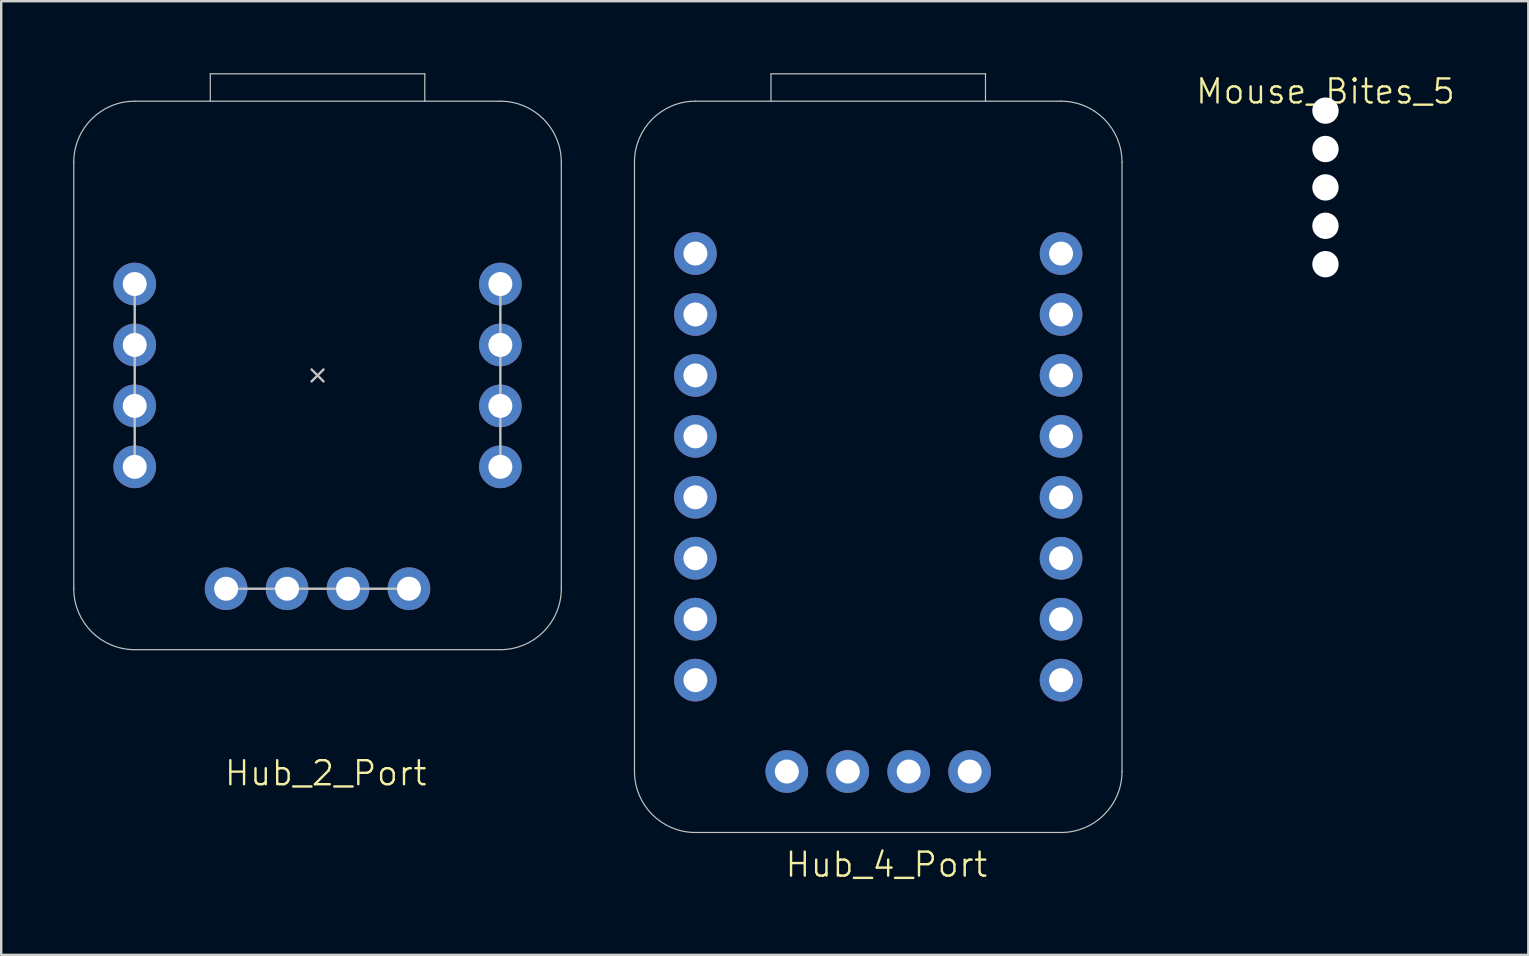
<source format=kicad_pcb>
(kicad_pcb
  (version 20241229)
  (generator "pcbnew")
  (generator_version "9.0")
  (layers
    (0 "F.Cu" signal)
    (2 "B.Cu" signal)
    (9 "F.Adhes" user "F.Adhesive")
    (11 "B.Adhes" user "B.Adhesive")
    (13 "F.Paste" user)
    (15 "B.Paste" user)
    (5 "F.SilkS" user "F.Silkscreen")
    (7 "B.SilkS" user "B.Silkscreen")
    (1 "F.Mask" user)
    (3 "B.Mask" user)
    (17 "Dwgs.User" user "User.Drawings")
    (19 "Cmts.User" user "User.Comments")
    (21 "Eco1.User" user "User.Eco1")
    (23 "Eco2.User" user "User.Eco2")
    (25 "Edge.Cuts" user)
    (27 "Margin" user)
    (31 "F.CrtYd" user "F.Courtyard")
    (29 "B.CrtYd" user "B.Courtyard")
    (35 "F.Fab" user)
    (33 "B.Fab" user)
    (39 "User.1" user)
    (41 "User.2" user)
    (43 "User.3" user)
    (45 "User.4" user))
  (footprint "Hub_2_Port"
    (layer "F.Cu")
    (at 10.185 12.594)
    (property "Reference" "Hub_2_Port" (at 0.342 16.584 0) (unlocked yes) (layer "F.SilkS") (effects (font (size 1 1) (thickness 0.1))))
    (attr through_hole)
    (fp_line (start -10.16 8.894) (end -10.16 -8.886) (stroke (width 0.05) (type solid)) (layer "Dwgs.User"))
    (fp_line (start -7.62 -11.426) (end 7.62 -11.426) (stroke (width 0.05) (type solid)) (layer "Dwgs.User"))
    (fp_line (start -7.62 -3.806) (end -7.62 3.814) (stroke (width 0.1) (type default)) (layer "Dwgs.User"))
    (fp_line (start -4.47 -12.569) (end -4.47 -11.426) (stroke (width 0.05) (type default)) (layer "Dwgs.User"))
    (fp_line (start -4.47 -12.569) (end 4.47 -12.569) (stroke (width 0.05) (type default)) (layer "Dwgs.User"))
    (fp_line (start -3.81 8.894) (end 3.81 8.894) (stroke (width 0.1) (type default)) (layer "Dwgs.User"))
    (fp_line (start -0.25 -0.246) (end 0.25 0.254) (stroke (width 0.1) (type default)) (layer "Dwgs.User"))
    (fp_line (start 0.25 -0.246) (end -0.25 0.254) (stroke (width 0.1) (type default)) (layer "Dwgs.User"))
    (fp_line (start 4.47 -12.569) (end 4.47 -11.426) (stroke (width 0.05) (type default)) (layer "Dwgs.User"))
    (fp_line (start 7.62 -3.556) (end 7.62 4.064) (stroke (width 0.1) (type default)) (layer "Dwgs.User"))
    (fp_line (start 7.62 11.434) (end -7.62 11.434) (stroke (width 0.05) (type solid)) (layer "Dwgs.User"))
    (fp_line (start 10.16 -8.886) (end 10.16 8.894) (stroke (width 0.05) (type solid)) (layer "Dwgs.User"))
    (fp_arc (start -10.16 -8.886051) (mid -9.416051 -10.682102) (end -7.62 -11.426051) (stroke (width 0.05) (type solid)) (layer "Dwgs.User"))
    (fp_arc (start -7.62 11.433949) (mid -9.416051 10.69) (end -10.16 8.893949) (stroke (width 0.05) (type solid)) (layer "Dwgs.User"))
    (fp_arc (start 7.62 -11.426051) (mid 9.416051 -10.682102) (end 10.16 -8.886051) (stroke (width 0.05) (type solid)) (layer "Dwgs.User"))
    (fp_arc (start 10.16 8.893949) (mid 9.416051 10.69) (end 7.62 11.433949) (stroke (width 0.05) (type solid)) (layer "Dwgs.User"))
    (pad "1" thru_hole circle (at -7.62 -3.806) (size 1.778 1.778) (drill 1) (layers "*.Cu" "*.Mask"))
    (pad "2" thru_hole circle (at -7.62 -1.266) (size 1.778 1.778) (drill 1) (layers "*.Cu" "*.Mask"))
    (pad "3" thru_hole circle (at -7.62 1.274) (size 1.778 1.778) (drill 1) (layers "*.Cu" "*.Mask"))
    (pad "4" thru_hole circle (at -7.62 3.814) (size 1.778 1.778) (drill 1) (layers "*.Cu" "*.Mask"))
    (pad "9" thru_hole circle (at 7.62 -3.806) (size 1.778 1.778) (drill 1) (layers "*.Cu" "*.Mask"))
    (pad "10" thru_hole circle (at 7.62 -1.266) (size 1.778 1.778) (drill 1) (layers "*.Cu" "*.Mask"))
    (pad "11" thru_hole circle (at 7.62 1.274) (size 1.778 1.778) (drill 1) (layers "*.Cu" "*.Mask"))
    (pad "12" thru_hole circle (at 7.62 3.814) (size 1.778 1.778) (drill 1) (layers "*.Cu" "*.Mask"))
    (pad "17" thru_hole circle (at -3.81 8.894 270) (size 1.778 1.778) (drill 1) (layers "*.Cu" "*.Mask"))
    (pad "18" thru_hole circle (at -1.27 8.894 270) (size 1.778 1.778) (drill 1) (layers "*.Cu" "*.Mask"))
    (pad "19" thru_hole circle (at 1.27 8.894 270) (size 1.778 1.778) (drill 1) (layers "*.Cu" "*.Mask"))
    (pad "20" thru_hole circle (at 3.81 8.894 270) (size 1.778 1.778) (drill 1) (layers "*.Cu" "*.Mask")))
  (footprint "Hub_4_Port"
    (layer "F.Cu")
    (at 33.555 16.404)
    (property "Reference" "Hub_4_Port" (at 0.342 16.584 0) (unlocked yes) (layer "F.SilkS") (effects (font (size 1 1) (thickness 0.1))))
    (attr through_hole)
    (fp_line (start -10.16 12.704) (end -10.16 -12.696) (stroke (width 0.05) (type solid)) (layer "Dwgs.User"))
    (fp_line (start -7.62 -15.236) (end 7.62 -15.236) (stroke (width 0.05) (type solid)) (layer "Dwgs.User"))
    (fp_line (start -4.47 -16.379) (end -4.47 -15.236) (stroke (width 0.05) (type default)) (layer "Dwgs.User"))
    (fp_line (start 4.47 -16.379) (end -4.47 -16.379) (stroke (width 0.05) (type default)) (layer "Dwgs.User"))
    (fp_line (start 4.47 -16.379) (end 4.47 -15.236) (stroke (width 0.05) (type default)) (layer "Dwgs.User"))
    (fp_line (start 7.62 15.244) (end -7.62 15.244) (stroke (width 0.05) (type solid)) (layer "Dwgs.User"))
    (fp_line (start 10.16 -12.696) (end 10.16 12.704) (stroke (width 0.05) (type solid)) (layer "Dwgs.User"))
    (fp_arc (start -10.16 -12.696051) (mid -9.416051 -14.492102) (end -7.62 -15.236051) (stroke (width 0.05) (type solid)) (layer "Dwgs.User"))
    (fp_arc (start -7.62 15.243949) (mid -9.416051 14.5) (end -10.16 12.703949) (stroke (width 0.05) (type solid)) (layer "Dwgs.User"))
    (fp_arc (start 7.62 -15.236051) (mid 9.416051 -14.492102) (end 10.16 -12.696051) (stroke (width 0.05) (type solid)) (layer "Dwgs.User"))
    (fp_arc (start 10.16 12.703949) (mid 9.416051 14.5) (end 7.62 15.243949) (stroke (width 0.05) (type solid)) (layer "Dwgs.User"))
    (pad "1" thru_hole circle (at -7.62 -8.886) (size 1.778 1.778) (drill 1) (layers "*.Cu" "*.Mask"))
    (pad "2" thru_hole circle (at -7.62 -6.346) (size 1.778 1.778) (drill 1) (layers "*.Cu" "*.Mask"))
    (pad "3" thru_hole circle (at -7.62 -3.806) (size 1.778 1.778) (drill 1) (layers "*.Cu" "*.Mask"))
    (pad "4" thru_hole circle (at -7.62 -1.266) (size 1.778 1.778) (drill 1) (layers "*.Cu" "*.Mask"))
    (pad "5" thru_hole circle (at -7.62 1.274) (size 1.778 1.778) (drill 1) (layers "*.Cu" "*.Mask"))
    (pad "6" thru_hole circle (at -7.62 3.814) (size 1.778 1.778) (drill 1) (layers "*.Cu" "*.Mask"))
    (pad "7" thru_hole circle (at -7.62 6.354) (size 1.778 1.778) (drill 1) (layers "*.Cu" "*.Mask"))
    (pad "8" thru_hole circle (at -7.62 8.894) (size 1.778 1.778) (drill 1) (layers "*.Cu" "*.Mask"))
    (pad "9" thru_hole circle (at 7.62 -8.886) (size 1.778 1.778) (drill 1) (layers "*.Cu" "*.Mask"))
    (pad "10" thru_hole circle (at 7.62 -6.346) (size 1.778 1.778) (drill 1) (layers "*.Cu" "*.Mask"))
    (pad "11" thru_hole circle (at 7.62 -3.806) (size 1.778 1.778) (drill 1) (layers "*.Cu" "*.Mask"))
    (pad "12" thru_hole circle (at 7.62 -1.266) (size 1.778 1.778) (drill 1) (layers "*.Cu" "*.Mask"))
    (pad "13" thru_hole circle (at 7.62 1.274) (size 1.778 1.778) (drill 1) (layers "*.Cu" "*.Mask"))
    (pad "14" thru_hole circle (at 7.62 3.814) (size 1.778 1.778) (drill 1) (layers "*.Cu" "*.Mask"))
    (pad "15" thru_hole circle (at 7.62 6.354) (size 1.778 1.778) (drill 1) (layers "*.Cu" "*.Mask"))
    (pad "16" thru_hole circle (at 7.62 8.894) (size 1.778 1.778) (drill 1) (layers "*.Cu" "*.Mask"))
    (pad "17" thru_hole circle (at -3.81 12.704 270) (size 1.778 1.778) (drill 1) (layers "*.Cu" "*.Mask"))
    (pad "18" thru_hole circle (at -1.27 12.704 270) (size 1.778 1.778) (drill 1) (layers "*.Cu" "*.Mask"))
    (pad "19" thru_hole circle (at 1.27 12.704 270) (size 1.778 1.778) (drill 1) (layers "*.Cu" "*.Mask"))
    (pad "20" thru_hole circle (at 3.81 12.704 270) (size 1.778 1.778) (drill 1) (layers "*.Cu" "*.Mask")))
  (footprint "Mouse_Bites_5"
    (layer "F.Cu")
    (at 52.195 4.761)
    (property "Reference" "Mouse_Bites_5" (at 0 -4 0) (unlocked yes) (layer "F.SilkS") (effects (font (size 1 1) (thickness 0.1))))
    (attr through_hole)
    (pad "" np_thru_hole circle (at 0 -3.2) (size 1.1 1.1) (drill 1.1) (layers "*.Cu" "*.Mask"))
    (pad "" np_thru_hole circle (at 0 -1.6) (size 1.1 1.1) (drill 1.1) (layers "*.Cu" "*.Mask"))
    (pad "" np_thru_hole circle (at 0 0) (size 1.1 1.1) (drill 1.1) (layers "*.Cu" "*.Mask"))
    (pad "" np_thru_hole circle (at 0 1.6) (size 1.1 1.1) (drill 1.1) (layers "*.Cu" "*.Mask"))
    (pad "" np_thru_hole circle (at 0 3.2) (size 1.1 1.1) (drill 1.1) (layers "*.Cu" "*.Mask")))
  (gr_rect
    (start -3 -3)
    (end 60.65 36.748)
    (stroke (width 0.1) (type default))
    (fill no)
    (layer "Edge.Cuts")))
</source>
